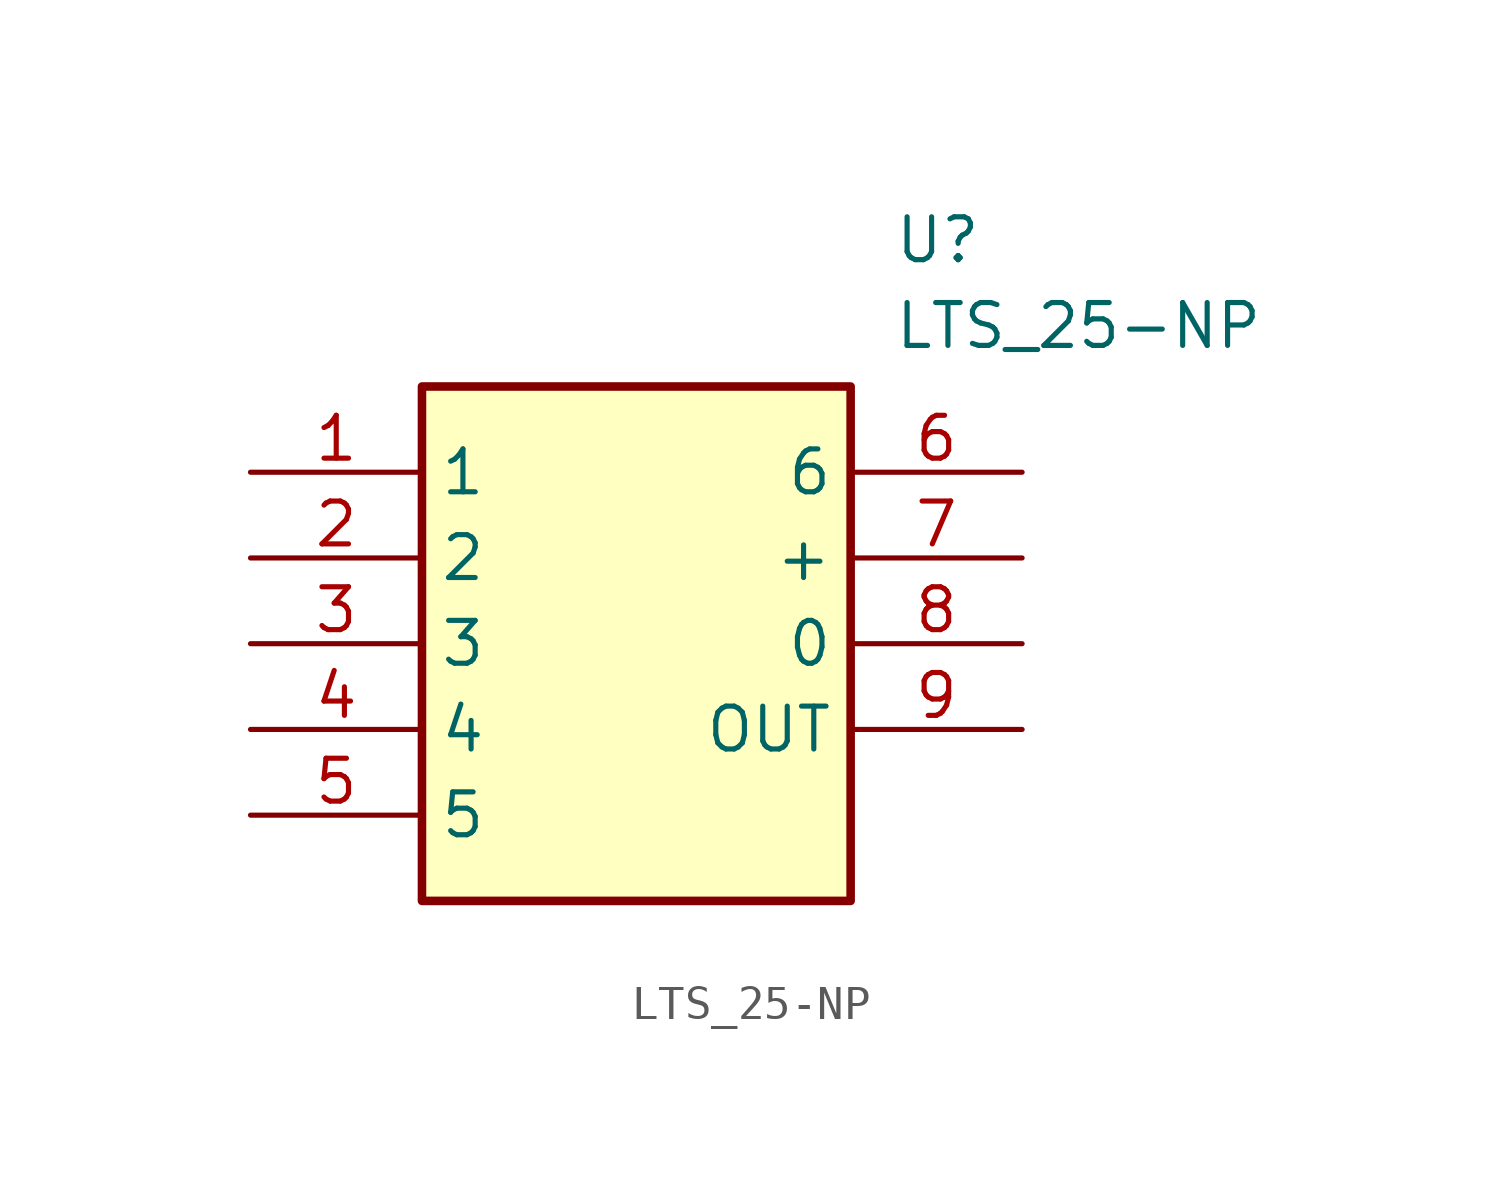
<source format=kicad_sym>
(kicad_symbol_lib
  (version 20211014)
  (generator SamacSys_ECAD_Model)
  (symbol "LTS_25-NP"
    (property "Reference" "U"
      (at 19.05 7.62 0)
      (effects (font (size 1.27 1.27)) (justify left top)))
    (property "Value" "LTS_25-NP"
      (at 19.05 5.08 0)
      (effects (font (size 1.27 1.27)) (justify left top)))
    (rectangle
      (start 5.08 2.54)
      (end 17.78 -12.7)
      (stroke (width 0.254) (type default))
      (fill (type background)))
    (pin passive line
      (at 0 0 0)
      (length 5.08)
      (name "1" (effects (font (size 1.27 1.27))))
      (number "1" (effects (font (size 1.27 1.27)))))
    (pin passive line
      (at 0 -2.54 0)
      (length 5.08)
      (name "2" (effects (font (size 1.27 1.27))))
      (number "2" (effects (font (size 1.27 1.27)))))
    (pin passive line
      (at 0 -5.08 0)
      (length 5.08)
      (name "3" (effects (font (size 1.27 1.27))))
      (number "3" (effects (font (size 1.27 1.27)))))
    (pin passive line
      (at 0 -7.62 0)
      (length 5.08)
      (name "4" (effects (font (size 1.27 1.27))))
      (number "4" (effects (font (size 1.27 1.27)))))
    (pin passive line
      (at 0 -10.16 0)
      (length 5.08)
      (name "5" (effects (font (size 1.27 1.27))))
      (number "5" (effects (font (size 1.27 1.27)))))
    (pin passive line
      (at 22.86 0 180)
      (length 5.08)
      (name "6" (effects (font (size 1.27 1.27))))
      (number "6" (effects (font (size 1.27 1.27)))))
    (pin passive line
      (at 22.86 -2.54 180)
      (length 5.08)
      (name "+" (effects (font (size 1.27 1.27))))
      (number "7" (effects (font (size 1.27 1.27)))))
    (pin passive line
      (at 22.86 -5.08 180)
      (length 5.08)
      (name "0" (effects (font (size 1.27 1.27))))
      (number "8" (effects (font (size 1.27 1.27)))))
    (pin passive line
      (at 22.86 -7.62 180)
      (length 5.08)
      (name "OUT" (effects (font (size 1.27 1.27))))
      (number "9" (effects (font (size 1.27 1.27)))))))
</source>
